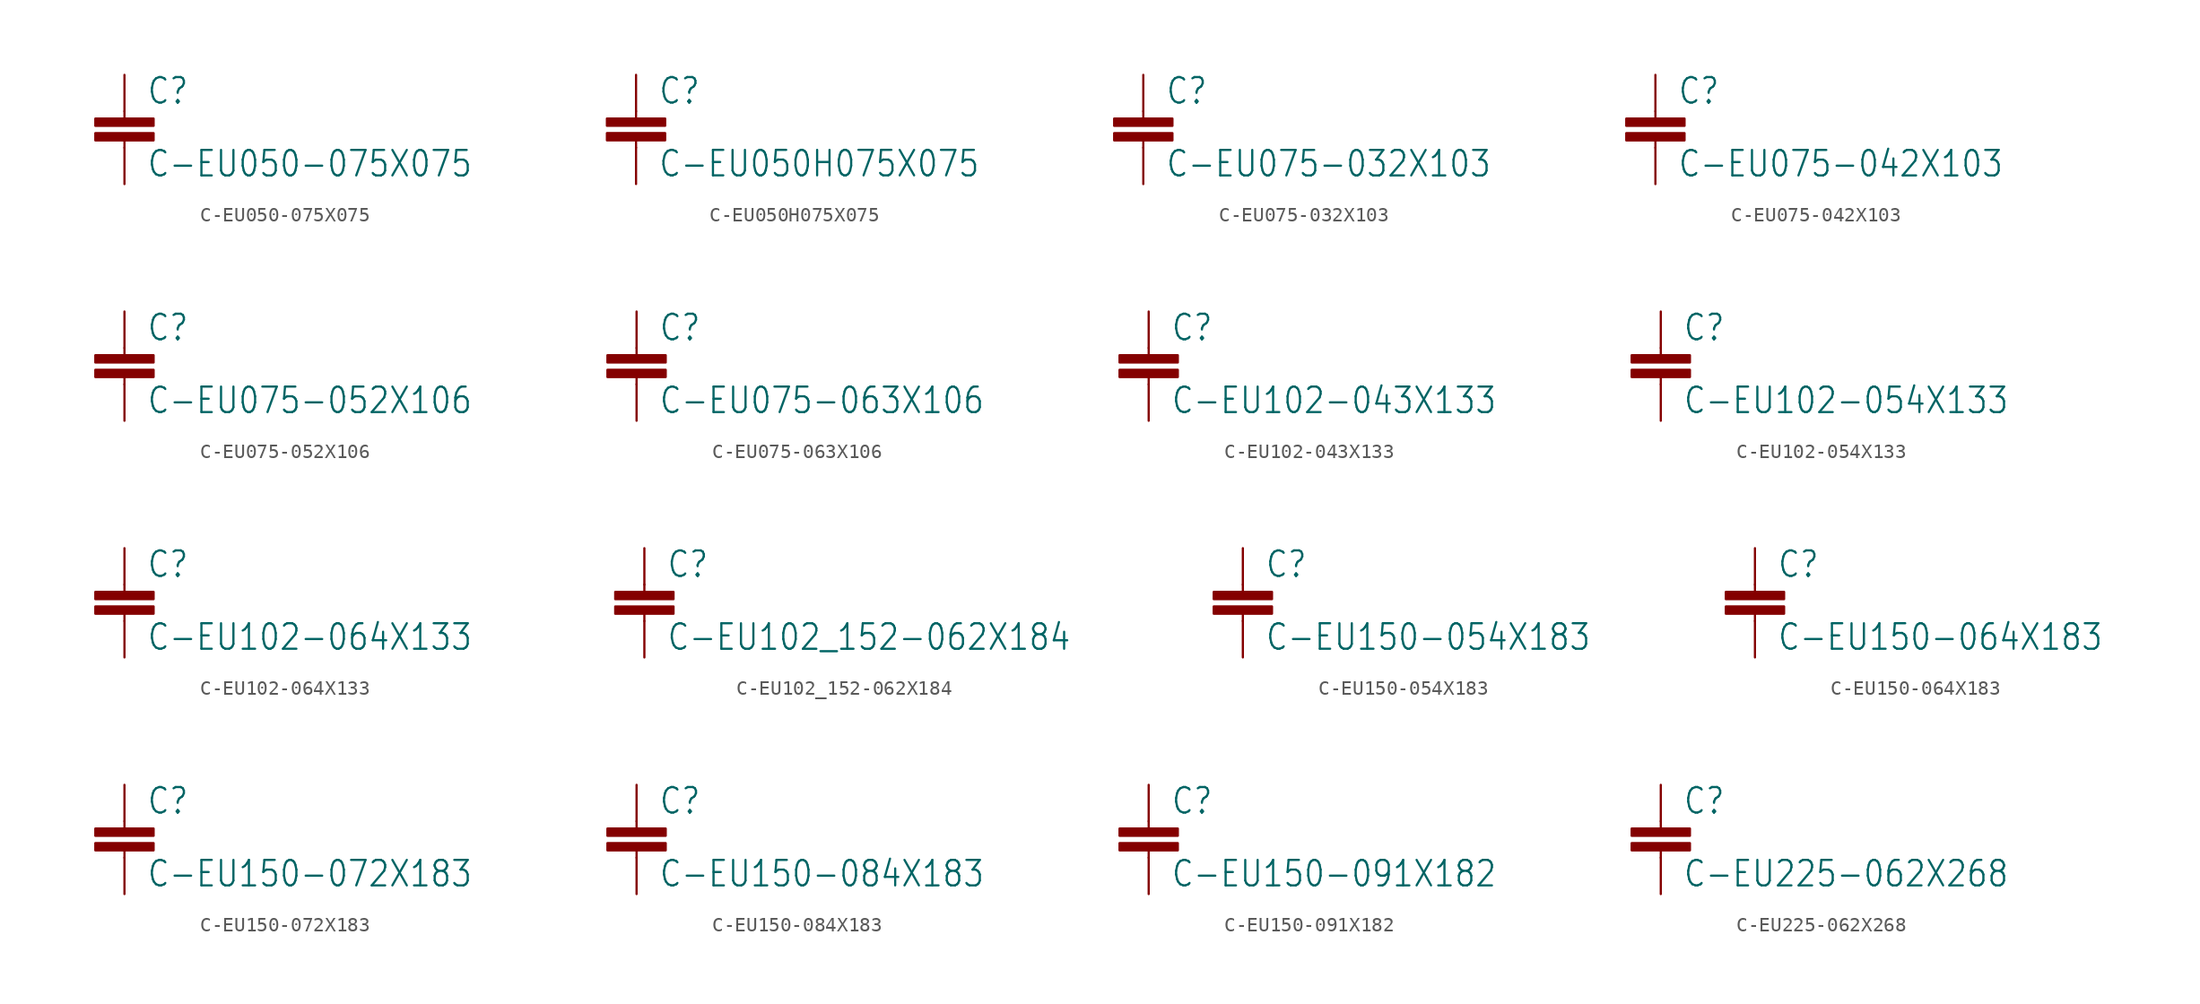
<source format=kicad_sym>
(kicad_symbol_lib
  (version 20231120)
  (generator "kicad_symbol_editor")
  (generator_version "8.0")
  (symbol "C-EU050-075X075"
    (property "Reference" "C"
      (at 1.524 0.381 0)
      (effects (font (size 1.778 1.511)) (justify left bottom)))
    (property "Value" "C-EU050-075X075"
      (at 1.524 -4.699 0)
      (effects (font (size 1.778 1.511)) (justify left bottom)))
    (property "ki_locked" ""
      (at 0 0 0)
      (effects (font (size 1.27 1.27))))
    (symbol "C-EU050-075X075_1_0"
      (rectangle (start -2.032 -2.032) (end 2.032 -1.524) (stroke (width 0) (type default)) (fill (type outline)))
      (rectangle (start -2.032 -1.016) (end 2.032 -0.508) (stroke (width 0) (type default)) (fill (type outline)))
      (polyline (pts (xy 0 -2.54) (xy 0 -2.032)) (stroke (width 0.152) (type default)) (fill (type none)))
      (polyline (pts (xy 0 0) (xy 0 -0.508)) (stroke (width 0.152) (type default)) (fill (type none)))
      (pin passive line (at 0 2.54 270) (length 2.54) (name "1" (effects (font (size 0 0)))) (number "1" (effects (font (size 0 0)))))
      (pin passive line (at 0 -5.08 90) (length 2.54) (name "2" (effects (font (size 0 0)))) (number "2" (effects (font (size 0 0)))))))
  (symbol "C-EU050H075X075"
    (property "Reference" "C"
      (at 1.524 0.381 0)
      (effects (font (size 1.778 1.511)) (justify left bottom)))
    (property "Value" "C-EU050H075X075"
      (at 1.524 -4.699 0)
      (effects (font (size 1.778 1.511)) (justify left bottom)))
    (property "ki_locked" ""
      (at 0 0 0)
      (effects (font (size 1.27 1.27))))
    (symbol "C-EU050H075X075_1_0"
      (rectangle (start -2.032 -2.032) (end 2.032 -1.524) (stroke (width 0) (type default)) (fill (type outline)))
      (rectangle (start -2.032 -1.016) (end 2.032 -0.508) (stroke (width 0) (type default)) (fill (type outline)))
      (polyline (pts (xy 0 -2.54) (xy 0 -2.032)) (stroke (width 0.152) (type default)) (fill (type none)))
      (polyline (pts (xy 0 0) (xy 0 -0.508)) (stroke (width 0.152) (type default)) (fill (type none)))
      (pin passive line (at 0 2.54 270) (length 2.54) (name "1" (effects (font (size 0 0)))) (number "1" (effects (font (size 0 0)))))
      (pin passive line (at 0 -5.08 90) (length 2.54) (name "2" (effects (font (size 0 0)))) (number "2" (effects (font (size 0 0)))))))
  (symbol "C-EU075-032X103"
    (property "Reference" "C"
      (at 1.524 0.381 0)
      (effects (font (size 1.778 1.511)) (justify left bottom)))
    (property "Value" "C-EU075-032X103"
      (at 1.524 -4.699 0)
      (effects (font (size 1.778 1.511)) (justify left bottom)))
    (property "ki_locked" ""
      (at 0 0 0)
      (effects (font (size 1.27 1.27))))
    (symbol "C-EU075-032X103_1_0"
      (rectangle (start -2.032 -2.032) (end 2.032 -1.524) (stroke (width 0) (type default)) (fill (type outline)))
      (rectangle (start -2.032 -1.016) (end 2.032 -0.508) (stroke (width 0) (type default)) (fill (type outline)))
      (polyline (pts (xy 0 -2.54) (xy 0 -2.032)) (stroke (width 0.152) (type default)) (fill (type none)))
      (polyline (pts (xy 0 0) (xy 0 -0.508)) (stroke (width 0.152) (type default)) (fill (type none)))
      (pin passive line (at 0 2.54 270) (length 2.54) (name "1" (effects (font (size 0 0)))) (number "1" (effects (font (size 0 0)))))
      (pin passive line (at 0 -5.08 90) (length 2.54) (name "2" (effects (font (size 0 0)))) (number "2" (effects (font (size 0 0)))))))
  (symbol "C-EU075-042X103"
    (property "Reference" "C"
      (at 1.524 0.381 0)
      (effects (font (size 1.778 1.511)) (justify left bottom)))
    (property "Value" "C-EU075-042X103"
      (at 1.524 -4.699 0)
      (effects (font (size 1.778 1.511)) (justify left bottom)))
    (property "ki_locked" ""
      (at 0 0 0)
      (effects (font (size 1.27 1.27))))
    (symbol "C-EU075-042X103_1_0"
      (rectangle (start -2.032 -2.032) (end 2.032 -1.524) (stroke (width 0) (type default)) (fill (type outline)))
      (rectangle (start -2.032 -1.016) (end 2.032 -0.508) (stroke (width 0) (type default)) (fill (type outline)))
      (polyline (pts (xy 0 -2.54) (xy 0 -2.032)) (stroke (width 0.152) (type default)) (fill (type none)))
      (polyline (pts (xy 0 0) (xy 0 -0.508)) (stroke (width 0.152) (type default)) (fill (type none)))
      (pin passive line (at 0 2.54 270) (length 2.54) (name "1" (effects (font (size 0 0)))) (number "1" (effects (font (size 0 0)))))
      (pin passive line (at 0 -5.08 90) (length 2.54) (name "2" (effects (font (size 0 0)))) (number "2" (effects (font (size 0 0)))))))
  (symbol "C-EU075-052X106"
    (property "Reference" "C"
      (at 1.524 0.381 0)
      (effects (font (size 1.778 1.511)) (justify left bottom)))
    (property "Value" "C-EU075-052X106"
      (at 1.524 -4.699 0)
      (effects (font (size 1.778 1.511)) (justify left bottom)))
    (property "ki_locked" ""
      (at 0 0 0)
      (effects (font (size 1.27 1.27))))
    (symbol "C-EU075-052X106_1_0"
      (rectangle (start -2.032 -2.032) (end 2.032 -1.524) (stroke (width 0) (type default)) (fill (type outline)))
      (rectangle (start -2.032 -1.016) (end 2.032 -0.508) (stroke (width 0) (type default)) (fill (type outline)))
      (polyline (pts (xy 0 -2.54) (xy 0 -2.032)) (stroke (width 0.152) (type default)) (fill (type none)))
      (polyline (pts (xy 0 0) (xy 0 -0.508)) (stroke (width 0.152) (type default)) (fill (type none)))
      (pin passive line (at 0 2.54 270) (length 2.54) (name "1" (effects (font (size 0 0)))) (number "1" (effects (font (size 0 0)))))
      (pin passive line (at 0 -5.08 90) (length 2.54) (name "2" (effects (font (size 0 0)))) (number "2" (effects (font (size 0 0)))))))
  (symbol "C-EU075-063X106"
    (property "Reference" "C"
      (at 1.524 0.381 0)
      (effects (font (size 1.778 1.511)) (justify left bottom)))
    (property "Value" "C-EU075-063X106"
      (at 1.524 -4.699 0)
      (effects (font (size 1.778 1.511)) (justify left bottom)))
    (property "ki_locked" ""
      (at 0 0 0)
      (effects (font (size 1.27 1.27))))
    (symbol "C-EU075-063X106_1_0"
      (rectangle (start -2.032 -2.032) (end 2.032 -1.524) (stroke (width 0) (type default)) (fill (type outline)))
      (rectangle (start -2.032 -1.016) (end 2.032 -0.508) (stroke (width 0) (type default)) (fill (type outline)))
      (polyline (pts (xy 0 -2.54) (xy 0 -2.032)) (stroke (width 0.152) (type default)) (fill (type none)))
      (polyline (pts (xy 0 0) (xy 0 -0.508)) (stroke (width 0.152) (type default)) (fill (type none)))
      (pin passive line (at 0 2.54 270) (length 2.54) (name "1" (effects (font (size 0 0)))) (number "1" (effects (font (size 0 0)))))
      (pin passive line (at 0 -5.08 90) (length 2.54) (name "2" (effects (font (size 0 0)))) (number "2" (effects (font (size 0 0)))))))
  (symbol "C-EU102-043X133"
    (property "Reference" "C"
      (at 1.524 0.381 0)
      (effects (font (size 1.778 1.511)) (justify left bottom)))
    (property "Value" "C-EU102-043X133"
      (at 1.524 -4.699 0)
      (effects (font (size 1.778 1.511)) (justify left bottom)))
    (property "ki_locked" ""
      (at 0 0 0)
      (effects (font (size 1.27 1.27))))
    (symbol "C-EU102-043X133_1_0"
      (rectangle (start -2.032 -2.032) (end 2.032 -1.524) (stroke (width 0) (type default)) (fill (type outline)))
      (rectangle (start -2.032 -1.016) (end 2.032 -0.508) (stroke (width 0) (type default)) (fill (type outline)))
      (polyline (pts (xy 0 -2.54) (xy 0 -2.032)) (stroke (width 0.152) (type default)) (fill (type none)))
      (polyline (pts (xy 0 0) (xy 0 -0.508)) (stroke (width 0.152) (type default)) (fill (type none)))
      (pin passive line (at 0 2.54 270) (length 2.54) (name "1" (effects (font (size 0 0)))) (number "1" (effects (font (size 0 0)))))
      (pin passive line (at 0 -5.08 90) (length 2.54) (name "2" (effects (font (size 0 0)))) (number "2" (effects (font (size 0 0)))))))
  (symbol "C-EU102-054X133"
    (property "Reference" "C"
      (at 1.524 0.381 0)
      (effects (font (size 1.778 1.511)) (justify left bottom)))
    (property "Value" "C-EU102-054X133"
      (at 1.524 -4.699 0)
      (effects (font (size 1.778 1.511)) (justify left bottom)))
    (property "ki_locked" ""
      (at 0 0 0)
      (effects (font (size 1.27 1.27))))
    (symbol "C-EU102-054X133_1_0"
      (rectangle (start -2.032 -2.032) (end 2.032 -1.524) (stroke (width 0) (type default)) (fill (type outline)))
      (rectangle (start -2.032 -1.016) (end 2.032 -0.508) (stroke (width 0) (type default)) (fill (type outline)))
      (polyline (pts (xy 0 -2.54) (xy 0 -2.032)) (stroke (width 0.152) (type default)) (fill (type none)))
      (polyline (pts (xy 0 0) (xy 0 -0.508)) (stroke (width 0.152) (type default)) (fill (type none)))
      (pin passive line (at 0 2.54 270) (length 2.54) (name "1" (effects (font (size 0 0)))) (number "1" (effects (font (size 0 0)))))
      (pin passive line (at 0 -5.08 90) (length 2.54) (name "2" (effects (font (size 0 0)))) (number "2" (effects (font (size 0 0)))))))
  (symbol "C-EU102-064X133"
    (property "Reference" "C"
      (at 1.524 0.381 0)
      (effects (font (size 1.778 1.511)) (justify left bottom)))
    (property "Value" "C-EU102-064X133"
      (at 1.524 -4.699 0)
      (effects (font (size 1.778 1.511)) (justify left bottom)))
    (property "ki_locked" ""
      (at 0 0 0)
      (effects (font (size 1.27 1.27))))
    (symbol "C-EU102-064X133_1_0"
      (rectangle (start -2.032 -2.032) (end 2.032 -1.524) (stroke (width 0) (type default)) (fill (type outline)))
      (rectangle (start -2.032 -1.016) (end 2.032 -0.508) (stroke (width 0) (type default)) (fill (type outline)))
      (polyline (pts (xy 0 -2.54) (xy 0 -2.032)) (stroke (width 0.152) (type default)) (fill (type none)))
      (polyline (pts (xy 0 0) (xy 0 -0.508)) (stroke (width 0.152) (type default)) (fill (type none)))
      (pin passive line (at 0 2.54 270) (length 2.54) (name "1" (effects (font (size 0 0)))) (number "1" (effects (font (size 0 0)))))
      (pin passive line (at 0 -5.08 90) (length 2.54) (name "2" (effects (font (size 0 0)))) (number "2" (effects (font (size 0 0)))))))
  (symbol "C-EU102_152-062X184"
    (property "Reference" "C"
      (at 1.524 0.381 0)
      (effects (font (size 1.778 1.511)) (justify left bottom)))
    (property "Value" "C-EU102_152-062X184"
      (at 1.524 -4.699 0)
      (effects (font (size 1.778 1.511)) (justify left bottom)))
    (property "ki_locked" ""
      (at 0 0 0)
      (effects (font (size 1.27 1.27))))
    (symbol "C-EU102_152-062X184_1_0"
      (rectangle (start -2.032 -2.032) (end 2.032 -1.524) (stroke (width 0) (type default)) (fill (type outline)))
      (rectangle (start -2.032 -1.016) (end 2.032 -0.508) (stroke (width 0) (type default)) (fill (type outline)))
      (polyline (pts (xy 0 -2.54) (xy 0 -2.032)) (stroke (width 0.152) (type default)) (fill (type none)))
      (polyline (pts (xy 0 0) (xy 0 -0.508)) (stroke (width 0.152) (type default)) (fill (type none)))
      (pin passive line (at 0 2.54 270) (length 2.54) (name "1" (effects (font (size 0 0)))) (number "1" (effects (font (size 0 0)))))
      (pin passive line (at 0 -5.08 90) (length 2.54) (name "2" (effects (font (size 0 0)))) (number "2" (effects (font (size 0 0)))))))
  (symbol "C-EU150-054X183"
    (property "Reference" "C"
      (at 1.524 0.381 0)
      (effects (font (size 1.778 1.511)) (justify left bottom)))
    (property "Value" "C-EU150-054X183"
      (at 1.524 -4.699 0)
      (effects (font (size 1.778 1.511)) (justify left bottom)))
    (property "ki_locked" ""
      (at 0 0 0)
      (effects (font (size 1.27 1.27))))
    (symbol "C-EU150-054X183_1_0"
      (rectangle (start -2.032 -2.032) (end 2.032 -1.524) (stroke (width 0) (type default)) (fill (type outline)))
      (rectangle (start -2.032 -1.016) (end 2.032 -0.508) (stroke (width 0) (type default)) (fill (type outline)))
      (polyline (pts (xy 0 -2.54) (xy 0 -2.032)) (stroke (width 0.152) (type default)) (fill (type none)))
      (polyline (pts (xy 0 0) (xy 0 -0.508)) (stroke (width 0.152) (type default)) (fill (type none)))
      (pin passive line (at 0 2.54 270) (length 2.54) (name "1" (effects (font (size 0 0)))) (number "1" (effects (font (size 0 0)))))
      (pin passive line (at 0 -5.08 90) (length 2.54) (name "2" (effects (font (size 0 0)))) (number "2" (effects (font (size 0 0)))))))
  (symbol "C-EU150-064X183"
    (property "Reference" "C"
      (at 1.524 0.381 0)
      (effects (font (size 1.778 1.511)) (justify left bottom)))
    (property "Value" "C-EU150-064X183"
      (at 1.524 -4.699 0)
      (effects (font (size 1.778 1.511)) (justify left bottom)))
    (property "ki_locked" ""
      (at 0 0 0)
      (effects (font (size 1.27 1.27))))
    (symbol "C-EU150-064X183_1_0"
      (rectangle (start -2.032 -2.032) (end 2.032 -1.524) (stroke (width 0) (type default)) (fill (type outline)))
      (rectangle (start -2.032 -1.016) (end 2.032 -0.508) (stroke (width 0) (type default)) (fill (type outline)))
      (polyline (pts (xy 0 -2.54) (xy 0 -2.032)) (stroke (width 0.152) (type default)) (fill (type none)))
      (polyline (pts (xy 0 0) (xy 0 -0.508)) (stroke (width 0.152) (type default)) (fill (type none)))
      (pin passive line (at 0 2.54 270) (length 2.54) (name "1" (effects (font (size 0 0)))) (number "1" (effects (font (size 0 0)))))
      (pin passive line (at 0 -5.08 90) (length 2.54) (name "2" (effects (font (size 0 0)))) (number "2" (effects (font (size 0 0)))))))
  (symbol "C-EU150-072X183"
    (property "Reference" "C"
      (at 1.524 0.381 0)
      (effects (font (size 1.778 1.511)) (justify left bottom)))
    (property "Value" "C-EU150-072X183"
      (at 1.524 -4.699 0)
      (effects (font (size 1.778 1.511)) (justify left bottom)))
    (property "ki_locked" ""
      (at 0 0 0)
      (effects (font (size 1.27 1.27))))
    (symbol "C-EU150-072X183_1_0"
      (rectangle (start -2.032 -2.032) (end 2.032 -1.524) (stroke (width 0) (type default)) (fill (type outline)))
      (rectangle (start -2.032 -1.016) (end 2.032 -0.508) (stroke (width 0) (type default)) (fill (type outline)))
      (polyline (pts (xy 0 -2.54) (xy 0 -2.032)) (stroke (width 0.152) (type default)) (fill (type none)))
      (polyline (pts (xy 0 0) (xy 0 -0.508)) (stroke (width 0.152) (type default)) (fill (type none)))
      (pin passive line (at 0 2.54 270) (length 2.54) (name "1" (effects (font (size 0 0)))) (number "1" (effects (font (size 0 0)))))
      (pin passive line (at 0 -5.08 90) (length 2.54) (name "2" (effects (font (size 0 0)))) (number "2" (effects (font (size 0 0)))))))
  (symbol "C-EU150-084X183"
    (property "Reference" "C"
      (at 1.524 0.381 0)
      (effects (font (size 1.778 1.511)) (justify left bottom)))
    (property "Value" "C-EU150-084X183"
      (at 1.524 -4.699 0)
      (effects (font (size 1.778 1.511)) (justify left bottom)))
    (property "ki_locked" ""
      (at 0 0 0)
      (effects (font (size 1.27 1.27))))
    (symbol "C-EU150-084X183_1_0"
      (rectangle (start -2.032 -2.032) (end 2.032 -1.524) (stroke (width 0) (type default)) (fill (type outline)))
      (rectangle (start -2.032 -1.016) (end 2.032 -0.508) (stroke (width 0) (type default)) (fill (type outline)))
      (polyline (pts (xy 0 -2.54) (xy 0 -2.032)) (stroke (width 0.152) (type default)) (fill (type none)))
      (polyline (pts (xy 0 0) (xy 0 -0.508)) (stroke (width 0.152) (type default)) (fill (type none)))
      (pin passive line (at 0 2.54 270) (length 2.54) (name "1" (effects (font (size 0 0)))) (number "1" (effects (font (size 0 0)))))
      (pin passive line (at 0 -5.08 90) (length 2.54) (name "2" (effects (font (size 0 0)))) (number "2" (effects (font (size 0 0)))))))
  (symbol "C-EU150-091X182"
    (property "Reference" "C"
      (at 1.524 0.381 0)
      (effects (font (size 1.778 1.511)) (justify left bottom)))
    (property "Value" "C-EU150-091X182"
      (at 1.524 -4.699 0)
      (effects (font (size 1.778 1.511)) (justify left bottom)))
    (property "ki_locked" ""
      (at 0 0 0)
      (effects (font (size 1.27 1.27))))
    (symbol "C-EU150-091X182_1_0"
      (rectangle (start -2.032 -2.032) (end 2.032 -1.524) (stroke (width 0) (type default)) (fill (type outline)))
      (rectangle (start -2.032 -1.016) (end 2.032 -0.508) (stroke (width 0) (type default)) (fill (type outline)))
      (polyline (pts (xy 0 -2.54) (xy 0 -2.032)) (stroke (width 0.152) (type default)) (fill (type none)))
      (polyline (pts (xy 0 0) (xy 0 -0.508)) (stroke (width 0.152) (type default)) (fill (type none)))
      (pin passive line (at 0 2.54 270) (length 2.54) (name "1" (effects (font (size 0 0)))) (number "1" (effects (font (size 0 0)))))
      (pin passive line (at 0 -5.08 90) (length 2.54) (name "2" (effects (font (size 0 0)))) (number "2" (effects (font (size 0 0)))))))
  (symbol "C-EU225-062X268"
    (property "Reference" "C"
      (at 1.524 0.381 0)
      (effects (font (size 1.778 1.511)) (justify left bottom)))
    (property "Value" "C-EU225-062X268"
      (at 1.524 -4.699 0)
      (effects (font (size 1.778 1.511)) (justify left bottom)))
    (property "ki_locked" ""
      (at 0 0 0)
      (effects (font (size 1.27 1.27))))
    (symbol "C-EU225-062X268_1_0"
      (rectangle (start -2.032 -2.032) (end 2.032 -1.524) (stroke (width 0) (type default)) (fill (type outline)))
      (rectangle (start -2.032 -1.016) (end 2.032 -0.508) (stroke (width 0) (type default)) (fill (type outline)))
      (polyline (pts (xy 0 -2.54) (xy 0 -2.032)) (stroke (width 0.152) (type default)) (fill (type none)))
      (polyline (pts (xy 0 0) (xy 0 -0.508)) (stroke (width 0.152) (type default)) (fill (type none)))
      (pin passive line (at 0 2.54 270) (length 2.54) (name "1" (effects (font (size 0 0)))) (number "1" (effects (font (size 0 0)))))
      (pin passive line (at 0 -5.08 90) (length 2.54) (name "2" (effects (font (size 0 0)))) (number "2" (effects (font (size 0 0))))))))
</source>
